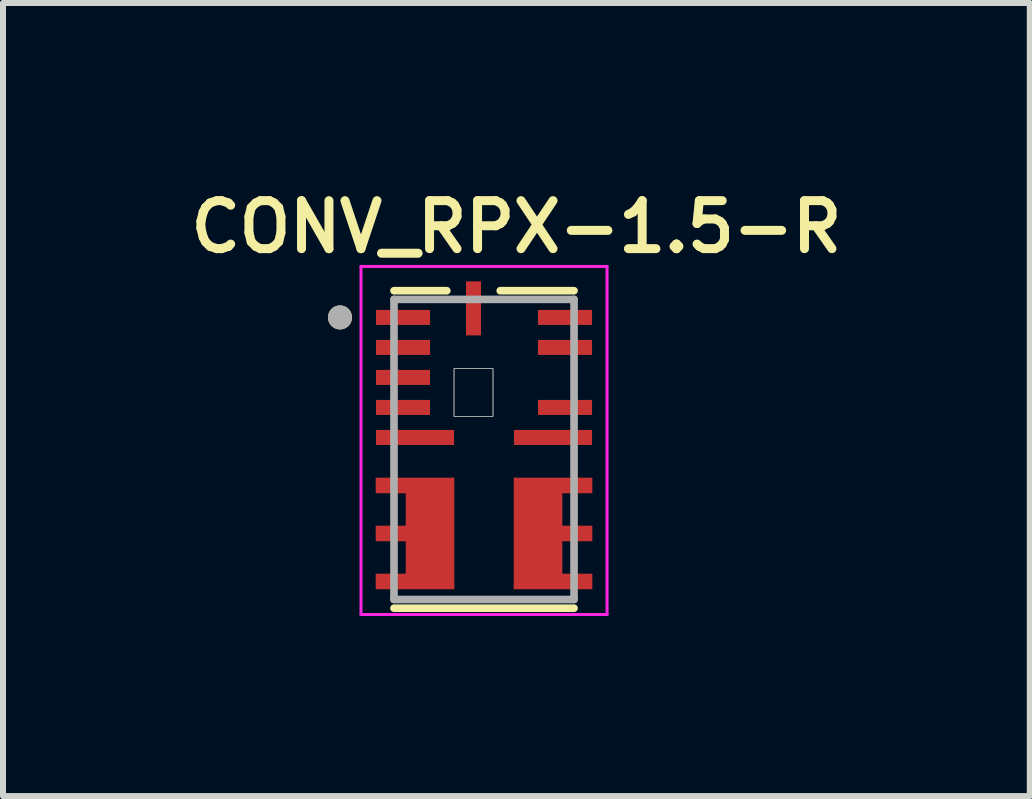
<source format=kicad_pcb>
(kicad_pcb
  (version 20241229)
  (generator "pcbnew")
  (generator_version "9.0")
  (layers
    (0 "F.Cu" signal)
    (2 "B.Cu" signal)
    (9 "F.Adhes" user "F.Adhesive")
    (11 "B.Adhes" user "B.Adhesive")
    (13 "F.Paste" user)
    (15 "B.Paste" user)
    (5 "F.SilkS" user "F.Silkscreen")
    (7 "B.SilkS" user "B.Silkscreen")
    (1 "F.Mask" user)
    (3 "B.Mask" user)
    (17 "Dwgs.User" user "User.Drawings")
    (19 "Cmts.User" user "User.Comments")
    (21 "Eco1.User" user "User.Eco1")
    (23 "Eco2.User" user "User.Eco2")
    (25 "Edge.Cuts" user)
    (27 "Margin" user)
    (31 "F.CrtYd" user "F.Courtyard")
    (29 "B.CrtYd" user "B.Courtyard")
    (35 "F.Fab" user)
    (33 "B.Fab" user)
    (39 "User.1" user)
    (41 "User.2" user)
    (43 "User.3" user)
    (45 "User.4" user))
  (footprint "CONV_RPX-1.5-R"
    (layer "F.Cu")
    (at 5.015 4.439)
    (property "Reference" "CONV_RPX-1.5-R" (at 0.54 -3.708 0) (layer "F.SilkS") (effects (font (size 0.8 0.8) (thickness 0.15))))
    (attr through_hole)
    (fp_poly (pts (xy -1.9 0.375) (xy -1.9 0.825) (xy -1.4 0.825) (xy -1.4 1.175) (xy -1.9 1.175) (xy -1.9 1.625) (xy -1.4 1.625) (xy -1.4 1.975) (xy -1.9 1.975) (xy -1.9 2.425) (xy -0.4 2.425) (xy -0.4 0.375)) (stroke (width 0.01) (type solid)) (fill yes) (layer "F.Mask"))
    (fp_poly (pts (xy 1.9 0.375) (xy 1.9 0.825) (xy 1.4 0.825) (xy 1.4 1.175) (xy 1.9 1.175) (xy 1.9 1.625) (xy 1.4 1.625) (xy 1.4 1.975) (xy 1.9 1.975) (xy 1.9 2.425) (xy 0.4 2.425) (xy 0.4 0.375)) (stroke (width 0.01) (type solid)) (fill yes) (layer "F.Mask"))
    (fp_line (start -1.5 -2.645) (end -0.62 -2.645) (stroke (width 0.127) (type solid)) (layer "F.SilkS"))
    (fp_line (start -1.5 2.645) (end 1.5 2.645) (stroke (width 0.127) (type solid)) (layer "F.SilkS"))
    (fp_line (start 0.27 -2.645) (end 1.5 -2.645) (stroke (width 0.127) (type solid)) (layer "F.SilkS"))
    (fp_circle (center -2.4 -2.2) (end -2.3 -2.2) (stroke (width 0.2) (type solid)) (fill no) (layer "F.SilkS"))
    (fp_poly (pts (xy -1.8 0.475) (xy -1.8 0.725) (xy -1.3 0.725) (xy -1.3 1.275) (xy -1.8 1.275) (xy -1.8 1.525) (xy -1.3 1.525) (xy -1.3 2.075) (xy -1.8 2.075) (xy -1.8 2.325) (xy -0.5 2.325) (xy -0.5 0.475)) (stroke (width 0.01) (type solid)) (fill yes) (layer "F.Paste"))
    (fp_poly (pts (xy 1.8 0.475) (xy 1.8 0.725) (xy 1.3 0.725) (xy 1.3 1.275) (xy 1.8 1.275) (xy 1.8 1.525) (xy 1.3 1.525) (xy 1.3 2.075) (xy 1.8 2.075) (xy 1.8 2.325) (xy 0.5 2.325) (xy 0.5 0.475)) (stroke (width 0.01) (type solid)) (fill yes) (layer "F.Paste"))
    (fp_poly (pts (xy -0.5 -1.35) (xy 0.15 -1.35) (xy 0.15 -0.55) (xy -0.5 -0.55)) (stroke (width 0.01) (type solid)) (fill no) (layer "Dwgs.User"))
    (fp_poly (pts (xy -0.5 -1.35) (xy 0.15 -1.35) (xy 0.15 -0.55) (xy -0.5 -0.55)) (stroke (width 0.01) (type solid)) (fill no) (layer "Dwgs.User"))
    (fp_line (start -2.05 -3.05) (end -2.05 2.75) (stroke (width 0.05) (type solid)) (layer "F.CrtYd"))
    (fp_line (start -2.05 2.75) (end 2.05 2.75) (stroke (width 0.05) (type solid)) (layer "F.CrtYd"))
    (fp_line (start 2.05 -3.05) (end -2.05 -3.05) (stroke (width 0.05) (type solid)) (layer "F.CrtYd"))
    (fp_line (start 2.05 2.75) (end 2.05 -3.05) (stroke (width 0.05) (type solid)) (layer "F.CrtYd"))
    (fp_line (start -1.5 -2.5) (end -1.5 2.5) (stroke (width 0.127) (type solid)) (layer "F.Fab"))
    (fp_line (start -1.5 2.5) (end 1.5 2.5) (stroke (width 0.127) (type solid)) (layer "F.Fab"))
    (fp_line (start 1.5 -2.5) (end -1.5 -2.5) (stroke (width 0.127) (type solid)) (layer "F.Fab"))
    (fp_line (start 1.5 2.5) (end 1.5 -2.5) (stroke (width 0.127) (type solid)) (layer "F.Fab"))
    (fp_circle (center -2.4 -2.2) (end -2.3 -2.2) (stroke (width 0.2) (type solid)) (fill no) (layer "F.Fab"))
    (pad "1" smd rect (at -1.35 -2.2) (size 0.9 0.25) (layers "F.Cu" "F.Mask" "F.Paste"))
    (pad "2" smd rect (at -1.35 -1.7) (size 0.9 0.25) (layers "F.Cu" "F.Mask" "F.Paste"))
    (pad "3" smd rect (at -1.35 -1.2) (size 0.9 0.25) (layers "F.Cu" "F.Mask" "F.Paste"))
    (pad "4" smd rect (at -1.35 -0.7) (size 0.9 0.25) (layers "F.Cu" "F.Mask" "F.Paste"))
    (pad "5" smd rect (at -1.15 -0.2) (size 1.3 0.25) (layers "F.Cu" "F.Mask" "F.Paste"))
    (pad "6_7_8" smd custom (at -0.9 1.4) (size 0.5 0.5) (layers "F.Cu") (options (anchor rect)) (primitives (gr_poly (pts (xy -0.9 -0.925) (xy -0.9 -0.675) (xy -0.4 -0.675) (xy -0.4 -0.125) (xy -0.9 -0.125) (xy -0.9 0.125) (xy -0.4 0.125) (xy -0.4 0.675) (xy -0.9 0.675) (xy -0.9 0.925) (xy 0.4 0.925) (xy 0.4 -0.925)) (width 0.01) (fill yes))))
    (pad "9_10_11" smd custom (at 0.9 1.4) (size 0.5 0.5) (layers "F.Cu") (options (anchor rect)) (primitives (gr_poly (pts (xy 0.9 -0.925) (xy 0.9 -0.675) (xy 0.4 -0.675) (xy 0.4 -0.125) (xy 0.9 -0.125) (xy 0.9 0.125) (xy 0.4 0.125) (xy 0.4 0.675) (xy 0.9 0.675) (xy 0.9 0.925) (xy -0.4 0.925) (xy -0.4 -0.925)) (width 0.01) (fill yes))))
    (pad "12" smd rect (at 1.15 -0.2) (size 1.3 0.25) (layers "F.Cu" "F.Mask" "F.Paste"))
    (pad "13" smd rect (at 1.35 -0.7) (size 0.9 0.25) (layers "F.Cu" "F.Mask" "F.Paste"))
    (pad "14" smd rect (at 1.35 -1.7) (size 0.9 0.25) (layers "F.Cu" "F.Mask" "F.Paste"))
    (pad "15" smd rect (at 1.35 -2.2) (size 0.9 0.25) (layers "F.Cu" "F.Mask" "F.Paste"))
    (pad "16" smd rect (at -0.175 -2.35) (size 0.25 0.9) (layers "F.Cu" "F.Mask" "F.Paste")))
  (gr_rect
    (start -3 -3)
    (end 14.109 10.214)
    (stroke (width 0.1) (type default))
    (fill no)
    (layer "Edge.Cuts")))
</source>
